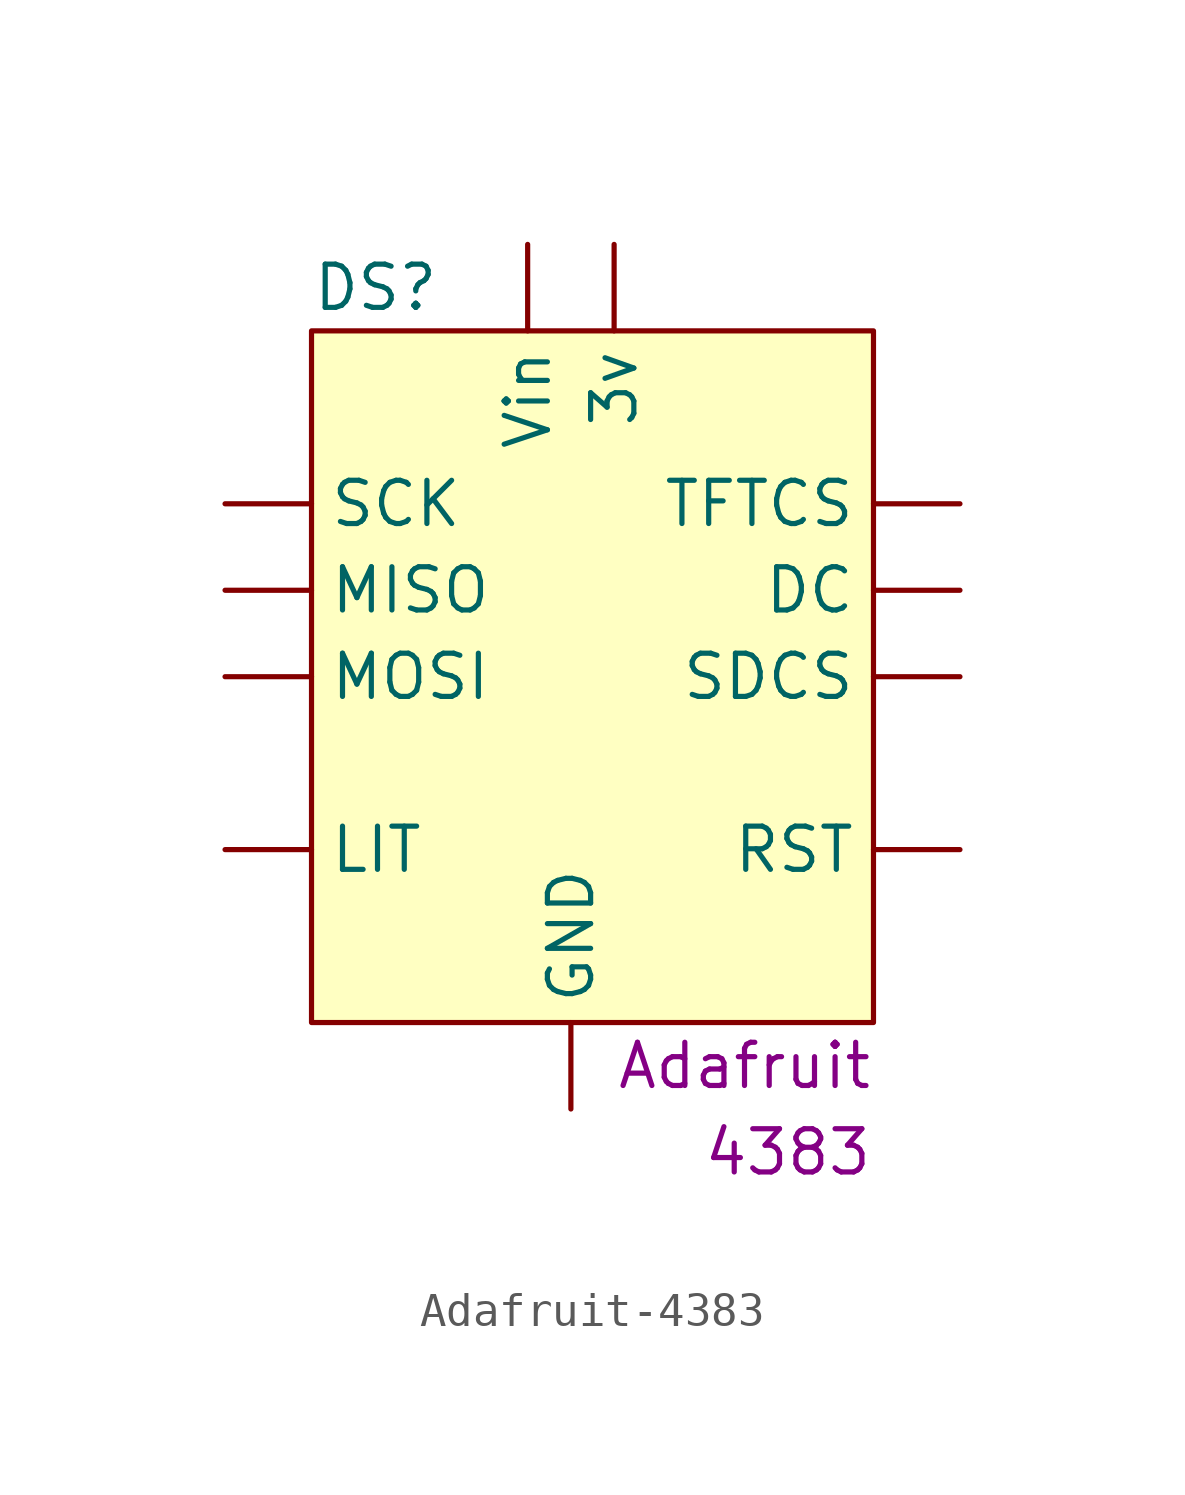
<source format=kicad_sym>
(kicad_symbol_lib
  (version 20211014)
  (generator kicad_symbol_editor)
  (symbol "Adafruit-4383"
    (pin_numbers hide)
    (property "Reference" "DS"
      (at -7.62 10.16 0)
      (effects (font (size 1.27 1.27)) (justify left)))
    (property "Manufacturer" "Adafruit"
      (at 8.89 -12.7 0)
      (effects (font (size 1.27 1.27)) (justify right)))
    (property "MPN" "4383"
      (at 8.89 -15.24 0)
      (effects (font (size 1.27 1.27)) (justify right)))
    (symbol "Adafruit-4383_0_0"
      (pin bidirectional line (at 1.27 11.43 270) (length 2.54) (name "3v" (effects (font (size 1.27 1.27)))) (number "3v" (effects (font (size 1.27 1.27)))))
      (pin bidirectional line (at 11.43 1.27 180) (length 2.54) (name "DC" (effects (font (size 1.27 1.27)))) (number "DC" (effects (font (size 1.27 1.27)))))
      (pin power_in line (at 0 -13.97 90) (length 2.54) (name "GND" (effects (font (size 1.27 1.27)))) (number "GND" (effects (font (size 1.27 1.27)))))
      (pin input line (at -10.16 -6.35 0) (length 2.54) (name "LIT" (effects (font (size 1.27 1.27)))) (number "LIT" (effects (font (size 1.27 1.27)))))
      (pin bidirectional line (at -10.16 1.27 0) (length 2.54) (name "MISO" (effects (font (size 1.27 1.27)))) (number "MISO" (effects (font (size 1.27 1.27)))))
      (pin bidirectional line (at -10.16 -1.27 0) (length 2.54) (name "MOSI" (effects (font (size 1.27 1.27)))) (number "MOSI" (effects (font (size 1.27 1.27)))))
      (pin input line (at 11.43 -6.35 180) (length 2.54) (name "RST" (effects (font (size 1.27 1.27)))) (number "RST" (effects (font (size 1.27 1.27)))))
      (pin bidirectional line (at -10.16 3.81 0) (length 2.54) (name "SCK" (effects (font (size 1.27 1.27)))) (number "SCK" (effects (font (size 1.27 1.27)))))
      (pin bidirectional line (at 11.43 -1.27 180) (length 2.54) (name "SDCS" (effects (font (size 1.27 1.27)))) (number "SDCS" (effects (font (size 1.27 1.27)))))
      (pin bidirectional line (at 11.43 3.81 180) (length 2.54) (name "TFTCS" (effects (font (size 1.27 1.27)))) (number "TFTCS" (effects (font (size 1.27 1.27)))))
      (pin power_in line (at -1.27 11.43 270) (length 2.54) (name "Vin" (effects (font (size 1.27 1.27)))) (number "Vin" (effects (font (size 1.27 1.27))))))
    (symbol "Adafruit-4383_0_1"
      (rectangle (start -7.62 8.89) (end 8.89 -11.43) (stroke (width 0) (type default) (color 0 0 0 0)) (fill (type background))))))
</source>
